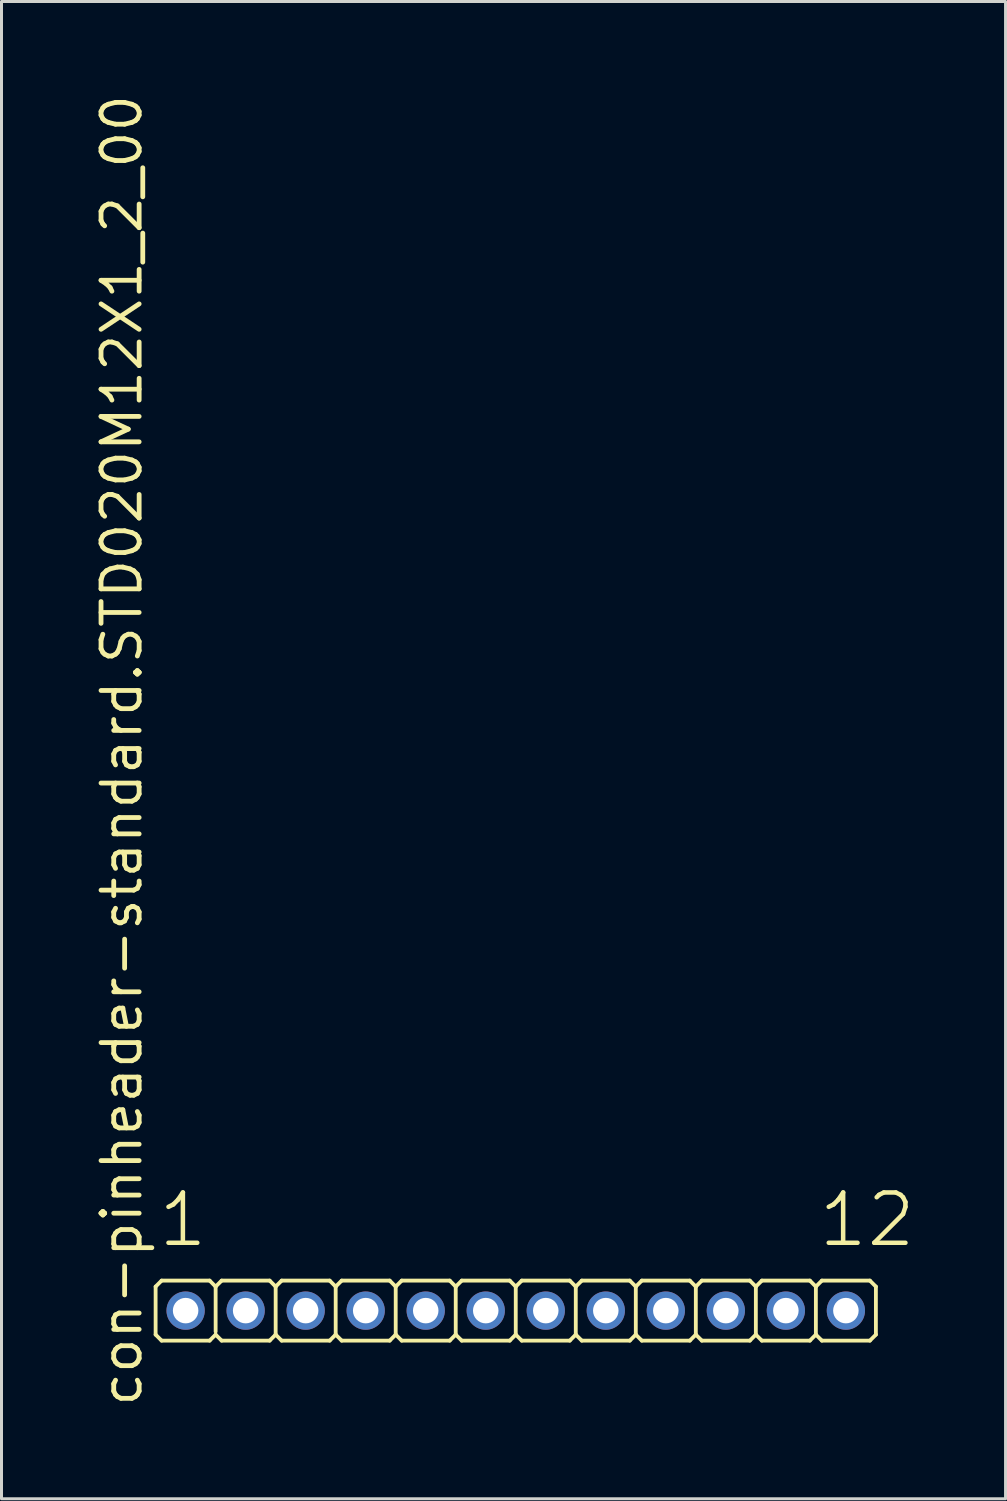
<source format=kicad_pcb>
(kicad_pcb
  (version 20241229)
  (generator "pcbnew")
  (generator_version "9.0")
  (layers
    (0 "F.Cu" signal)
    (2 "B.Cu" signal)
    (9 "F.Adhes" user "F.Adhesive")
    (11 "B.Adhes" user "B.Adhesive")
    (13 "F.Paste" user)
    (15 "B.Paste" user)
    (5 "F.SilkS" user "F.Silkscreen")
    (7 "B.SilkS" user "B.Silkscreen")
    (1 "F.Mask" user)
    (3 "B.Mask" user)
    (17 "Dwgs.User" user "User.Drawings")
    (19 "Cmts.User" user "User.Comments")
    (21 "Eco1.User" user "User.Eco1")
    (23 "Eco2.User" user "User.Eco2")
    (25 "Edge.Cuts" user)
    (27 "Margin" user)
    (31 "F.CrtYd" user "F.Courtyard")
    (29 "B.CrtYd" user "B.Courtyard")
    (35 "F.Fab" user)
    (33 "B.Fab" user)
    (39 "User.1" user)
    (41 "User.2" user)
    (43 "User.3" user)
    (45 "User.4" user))
  (footprint "con-pinheader-standard.STD020M12X1_2_00"
    (layer "F.Cu")
    (at 14.135 40.62)
    (property "Reference" "con-pinheader-standard.STD020M12X1_2_00" (at -12.385 3.27 90) (layer "F.SilkS") (effects (font (size 1.27 1.27) (thickness 0.16)) (justify left bottom)))
    (attr through_hole)
    (fp_line (start -12 0.8) (end -12 -0.8) (stroke (width 0.127) (type default)) (layer "F.SilkS"))
    (fp_line (start -11.8 -1) (end -12 -0.8) (stroke (width 0.127) (type default)) (layer "F.SilkS"))
    (fp_line (start -11.8 -1) (end -10.2 -1) (stroke (width 0.127) (type default)) (layer "F.SilkS"))
    (fp_line (start -11.8 1) (end -12 0.8) (stroke (width 0.127) (type default)) (layer "F.SilkS"))
    (fp_line (start -10.2 -1) (end -10 -0.8) (stroke (width 0.127) (type default)) (layer "F.SilkS"))
    (fp_line (start -10.2 1) (end -11.8 1) (stroke (width 0.127) (type default)) (layer "F.SilkS"))
    (fp_line (start -10.2 1) (end -10 0.8) (stroke (width 0.127) (type default)) (layer "F.SilkS"))
    (fp_line (start -10 -0.8) (end -10 0.7) (stroke (width 0.127) (type default)) (layer "F.SilkS"))
    (fp_line (start -9.8 -1) (end -10 -0.8) (stroke (width 0.127) (type default)) (layer "F.SilkS"))
    (fp_line (start -9.8 -1) (end -8.2 -1) (stroke (width 0.127) (type default)) (layer "F.SilkS"))
    (fp_line (start -9.8 1) (end -10 0.8) (stroke (width 0.127) (type default)) (layer "F.SilkS"))
    (fp_line (start -8.2 -1) (end -8 -0.8) (stroke (width 0.127) (type default)) (layer "F.SilkS"))
    (fp_line (start -8.2 1) (end -9.8 1) (stroke (width 0.127) (type default)) (layer "F.SilkS"))
    (fp_line (start -8.2 1) (end -8 0.8) (stroke (width 0.127) (type default)) (layer "F.SilkS"))
    (fp_line (start -8 -0.8) (end -8 0.8) (stroke (width 0.127) (type default)) (layer "F.SilkS"))
    (fp_line (start -7.8 -1) (end -8 -0.8) (stroke (width 0.127) (type default)) (layer "F.SilkS"))
    (fp_line (start -7.8 -1) (end -6.2 -1) (stroke (width 0.127) (type default)) (layer "F.SilkS"))
    (fp_line (start -7.8 1) (end -8 0.8) (stroke (width 0.127) (type default)) (layer "F.SilkS"))
    (fp_line (start -6.2 -1) (end -6 -0.8) (stroke (width 0.127) (type default)) (layer "F.SilkS"))
    (fp_line (start -6.2 1) (end -7.8 1) (stroke (width 0.127) (type default)) (layer "F.SilkS"))
    (fp_line (start -6.2 1) (end -6 0.8) (stroke (width 0.127) (type default)) (layer "F.SilkS"))
    (fp_line (start -6 -0.8) (end -6 0.8) (stroke (width 0.127) (type default)) (layer "F.SilkS"))
    (fp_line (start -5.8 -1) (end -6 -0.8) (stroke (width 0.127) (type default)) (layer "F.SilkS"))
    (fp_line (start -5.8 -1) (end -4.2 -1) (stroke (width 0.127) (type default)) (layer "F.SilkS"))
    (fp_line (start -5.8 1) (end -6 0.8) (stroke (width 0.127) (type default)) (layer "F.SilkS"))
    (fp_line (start -4.2 -1) (end -4 -0.8) (stroke (width 0.127) (type default)) (layer "F.SilkS"))
    (fp_line (start -4.2 1) (end -5.8 1) (stroke (width 0.127) (type default)) (layer "F.SilkS"))
    (fp_line (start -4.2 1) (end -4 0.8) (stroke (width 0.127) (type default)) (layer "F.SilkS"))
    (fp_line (start -4 -0.8) (end -4 0.8) (stroke (width 0.127) (type default)) (layer "F.SilkS"))
    (fp_line (start -3.8 -1) (end -4 -0.8) (stroke (width 0.127) (type default)) (layer "F.SilkS"))
    (fp_line (start -3.8 -1) (end -2.2 -1) (stroke (width 0.127) (type default)) (layer "F.SilkS"))
    (fp_line (start -3.8 1) (end -4 0.8) (stroke (width 0.127) (type default)) (layer "F.SilkS"))
    (fp_line (start -2.2 -1) (end -2 -0.8) (stroke (width 0.127) (type default)) (layer "F.SilkS"))
    (fp_line (start -2.2 1) (end -3.8 1) (stroke (width 0.127) (type default)) (layer "F.SilkS"))
    (fp_line (start -2.2 1) (end -2 0.8) (stroke (width 0.127) (type default)) (layer "F.SilkS"))
    (fp_line (start -2 -0.8) (end -2 0.8) (stroke (width 0.127) (type default)) (layer "F.SilkS"))
    (fp_line (start -1.8 -1) (end -2 -0.8) (stroke (width 0.127) (type default)) (layer "F.SilkS"))
    (fp_line (start -1.8 -1) (end -0.2 -1) (stroke (width 0.127) (type default)) (layer "F.SilkS"))
    (fp_line (start -1.8 1) (end -2 0.8) (stroke (width 0.127) (type default)) (layer "F.SilkS"))
    (fp_line (start -0.2 -1) (end 0 -0.8) (stroke (width 0.127) (type default)) (layer "F.SilkS"))
    (fp_line (start -0.2 1) (end -1.8 1) (stroke (width 0.127) (type default)) (layer "F.SilkS"))
    (fp_line (start -0.2 1) (end 0 0.8) (stroke (width 0.127) (type default)) (layer "F.SilkS"))
    (fp_line (start 0 -0.8) (end 0 0.8) (stroke (width 0.127) (type default)) (layer "F.SilkS"))
    (fp_line (start 0.2 -1) (end 0 -0.8) (stroke (width 0.127) (type default)) (layer "F.SilkS"))
    (fp_line (start 0.2 -1) (end 1.8 -1) (stroke (width 0.127) (type default)) (layer "F.SilkS"))
    (fp_line (start 0.2 1) (end 0 0.8) (stroke (width 0.127) (type default)) (layer "F.SilkS"))
    (fp_line (start 1.8 -1) (end 2 -0.8) (stroke (width 0.127) (type default)) (layer "F.SilkS"))
    (fp_line (start 1.8 1) (end 0.2 1) (stroke (width 0.127) (type default)) (layer "F.SilkS"))
    (fp_line (start 1.8 1) (end 2 0.8) (stroke (width 0.127) (type default)) (layer "F.SilkS"))
    (fp_line (start 2 -0.8) (end 2 0.8) (stroke (width 0.127) (type default)) (layer "F.SilkS"))
    (fp_line (start 2.2 -1) (end 2 -0.8) (stroke (width 0.127) (type default)) (layer "F.SilkS"))
    (fp_line (start 2.2 -1) (end 3.8 -1) (stroke (width 0.127) (type default)) (layer "F.SilkS"))
    (fp_line (start 2.2 1) (end 2 0.8) (stroke (width 0.127) (type default)) (layer "F.SilkS"))
    (fp_line (start 3.8 -1) (end 4 -0.8) (stroke (width 0.127) (type default)) (layer "F.SilkS"))
    (fp_line (start 3.8 1) (end 2.2 1) (stroke (width 0.127) (type default)) (layer "F.SilkS"))
    (fp_line (start 3.8 1) (end 4 0.8) (stroke (width 0.127) (type default)) (layer "F.SilkS"))
    (fp_line (start 4 -0.8) (end 4 0.8) (stroke (width 0.127) (type default)) (layer "F.SilkS"))
    (fp_line (start 4.2 -1) (end 4 -0.8) (stroke (width 0.127) (type default)) (layer "F.SilkS"))
    (fp_line (start 4.2 -1) (end 5.8 -1) (stroke (width 0.127) (type default)) (layer "F.SilkS"))
    (fp_line (start 4.2 1) (end 4 0.8) (stroke (width 0.127) (type default)) (layer "F.SilkS"))
    (fp_line (start 5.8 -1) (end 6 -0.8) (stroke (width 0.127) (type default)) (layer "F.SilkS"))
    (fp_line (start 5.8 1) (end 4.2 1) (stroke (width 0.127) (type default)) (layer "F.SilkS"))
    (fp_line (start 5.8 1) (end 6 0.8) (stroke (width 0.127) (type default)) (layer "F.SilkS"))
    (fp_line (start 6 -0.8) (end 6 0.8) (stroke (width 0.127) (type default)) (layer "F.SilkS"))
    (fp_line (start 6.2 -1) (end 6 -0.8) (stroke (width 0.127) (type default)) (layer "F.SilkS"))
    (fp_line (start 6.2 -1) (end 7.8 -1) (stroke (width 0.127) (type default)) (layer "F.SilkS"))
    (fp_line (start 6.2 1) (end 6 0.8) (stroke (width 0.127) (type default)) (layer "F.SilkS"))
    (fp_line (start 7.8 -1) (end 8 -0.8) (stroke (width 0.127) (type default)) (layer "F.SilkS"))
    (fp_line (start 7.8 1) (end 6.2 1) (stroke (width 0.127) (type default)) (layer "F.SilkS"))
    (fp_line (start 7.8 1) (end 8 0.8) (stroke (width 0.127) (type default)) (layer "F.SilkS"))
    (fp_line (start 8 -0.8) (end 8 0.8) (stroke (width 0.127) (type default)) (layer "F.SilkS"))
    (fp_line (start 8.2 -1) (end 8 -0.8) (stroke (width 0.127) (type default)) (layer "F.SilkS"))
    (fp_line (start 8.2 -1) (end 9.8 -1) (stroke (width 0.127) (type default)) (layer "F.SilkS"))
    (fp_line (start 8.2 1) (end 8 0.8) (stroke (width 0.127) (type default)) (layer "F.SilkS"))
    (fp_line (start 9.8 -1) (end 10 -0.8) (stroke (width 0.127) (type default)) (layer "F.SilkS"))
    (fp_line (start 9.8 1) (end 8.2 1) (stroke (width 0.127) (type default)) (layer "F.SilkS"))
    (fp_line (start 9.8 1) (end 10 0.8) (stroke (width 0.127) (type default)) (layer "F.SilkS"))
    (fp_line (start 10 -0.8) (end 10 0.8) (stroke (width 0.127) (type default)) (layer "F.SilkS"))
    (fp_line (start 10.2 -1) (end 10 -0.8) (stroke (width 0.127) (type default)) (layer "F.SilkS"))
    (fp_line (start 10.2 -1) (end 11.8 -1) (stroke (width 0.127) (type default)) (layer "F.SilkS"))
    (fp_line (start 10.2 1) (end 10 0.8) (stroke (width 0.127) (type default)) (layer "F.SilkS"))
    (fp_line (start 11.8 -1) (end 12 -0.8) (stroke (width 0.127) (type default)) (layer "F.SilkS"))
    (fp_line (start 11.8 1) (end 10.2 1) (stroke (width 0.127) (type default)) (layer "F.SilkS"))
    (fp_line (start 11.8 1) (end 12 0.8) (stroke (width 0.127) (type default)) (layer "F.SilkS"))
    (fp_line (start 12 -0.8) (end 12 0.8) (stroke (width 0.127) (type default)) (layer "F.SilkS"))
    (fp_rect (start -11.25 0.25) (end -10.75 -0.25) (stroke (width 0.05) (type default)) (fill no) (layer "F.Fab"))
    (fp_rect (start -9.25 0.25) (end -8.75 -0.25) (stroke (width 0.05) (type default)) (fill no) (layer "F.Fab"))
    (fp_rect (start -7.25 0.25) (end -6.75 -0.25) (stroke (width 0.05) (type default)) (fill no) (layer "F.Fab"))
    (fp_rect (start -5.25 0.25) (end -4.75 -0.25) (stroke (width 0.05) (type default)) (fill no) (layer "F.Fab"))
    (fp_rect (start -3.25 0.25) (end -2.75 -0.25) (stroke (width 0.05) (type default)) (fill no) (layer "F.Fab"))
    (fp_rect (start -1.25 0.25) (end -0.75 -0.25) (stroke (width 0.05) (type default)) (fill no) (layer "F.Fab"))
    (fp_rect (start 0.75 0.25) (end 1.25 -0.25) (stroke (width 0.05) (type default)) (fill no) (layer "F.Fab"))
    (fp_rect (start 2.75 0.25) (end 3.25 -0.25) (stroke (width 0.05) (type default)) (fill no) (layer "F.Fab"))
    (fp_rect (start 4.75 0.25) (end 5.25 -0.25) (stroke (width 0.05) (type default)) (fill no) (layer "F.Fab"))
    (fp_rect (start 6.75 0.25) (end 7.25 -0.25) (stroke (width 0.05) (type default)) (fill no) (layer "F.Fab"))
    (fp_rect (start 8.75 0.25) (end 9.25 -0.25) (stroke (width 0.05) (type default)) (fill no) (layer "F.Fab"))
    (fp_rect (start 10.75 0.25) (end 11.25 -0.25) (stroke (width 0.05) (type default)) (fill no) (layer "F.Fab"))
    (fp_text user "12" (at 10.012 -2.048 0) (layer "F.SilkS") (effects (font (size 1.676 1.676) (thickness 0.15)) (justify left bottom)))
    (fp_text user "1" (at -11.988 -2.048 0) (layer "F.SilkS") (effects (font (size 1.676 1.676) (thickness 0.15)) (justify left bottom)))
    (pad "1" thru_hole circle (at -11 0) (size 1.275 1.275) (drill 0.85) (layers "*.Cu" "*.Mask"))
    (pad "2" thru_hole circle (at -9 0) (size 1.275 1.275) (drill 0.85) (layers "*.Cu" "*.Mask"))
    (pad "3" thru_hole circle (at -7 0) (size 1.275 1.275) (drill 0.85) (layers "*.Cu" "*.Mask"))
    (pad "4" thru_hole circle (at -5 0) (size 1.275 1.275) (drill 0.85) (layers "*.Cu" "*.Mask"))
    (pad "5" thru_hole circle (at -3 0) (size 1.275 1.275) (drill 0.85) (layers "*.Cu" "*.Mask"))
    (pad "6" thru_hole circle (at -1 0) (size 1.275 1.275) (drill 0.85) (layers "*.Cu" "*.Mask"))
    (pad "7" thru_hole circle (at 1 0) (size 1.275 1.275) (drill 0.85) (layers "*.Cu" "*.Mask"))
    (pad "8" thru_hole circle (at 3 0) (size 1.275 1.275) (drill 0.85) (layers "*.Cu" "*.Mask"))
    (pad "9" thru_hole circle (at 5 0) (size 1.275 1.275) (drill 0.85) (layers "*.Cu" "*.Mask"))
    (pad "10" thru_hole circle (at 7 0) (size 1.275 1.275) (drill 0.85) (layers "*.Cu" "*.Mask"))
    (pad "11" thru_hole circle (at 9 0) (size 1.275 1.275) (drill 0.85) (layers "*.Cu" "*.Mask"))
    (pad "12" thru_hole circle (at 11 0) (size 1.275 1.275) (drill 0.85) (layers "*.Cu" "*.Mask")))
  (gr_rect
    (start -3 -3)
    (end 30.455 46.89)
    (stroke (width 0.1) (type default))
    (fill no)
    (layer "Edge.Cuts")))
</source>
